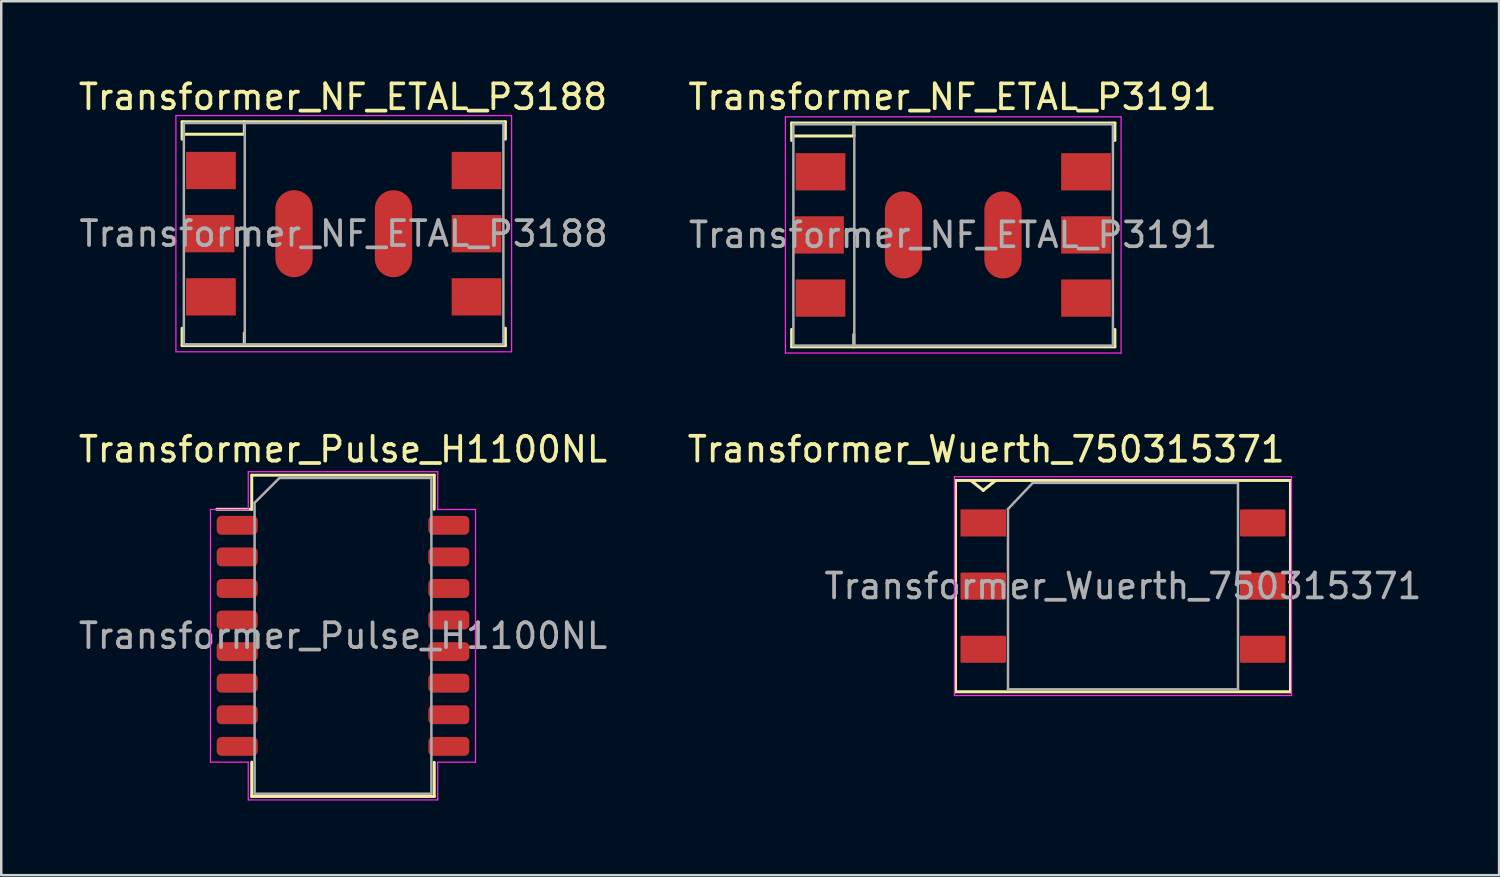
<source format=kicad_pcb>
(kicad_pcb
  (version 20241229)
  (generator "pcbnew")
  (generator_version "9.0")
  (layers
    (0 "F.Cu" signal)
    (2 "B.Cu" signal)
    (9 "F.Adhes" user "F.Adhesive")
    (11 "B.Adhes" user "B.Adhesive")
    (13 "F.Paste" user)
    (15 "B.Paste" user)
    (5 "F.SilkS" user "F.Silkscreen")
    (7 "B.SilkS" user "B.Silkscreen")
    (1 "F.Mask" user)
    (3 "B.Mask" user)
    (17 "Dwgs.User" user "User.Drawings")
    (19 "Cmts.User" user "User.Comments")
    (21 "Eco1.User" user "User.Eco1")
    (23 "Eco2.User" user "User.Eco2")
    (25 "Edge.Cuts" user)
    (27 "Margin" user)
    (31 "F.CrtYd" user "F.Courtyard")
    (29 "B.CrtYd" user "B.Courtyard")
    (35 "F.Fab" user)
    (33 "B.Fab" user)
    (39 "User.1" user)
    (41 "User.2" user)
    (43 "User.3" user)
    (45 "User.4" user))
  (footprint "Transformer_NF_ETAL_P3188"
    (layer "F.Cu")
    (at 10.744 6.348)
    (property "Reference" "Transformer_NF_ETAL_P3188" (at 0 -5.5 0) (layer "F.SilkS") (effects (font (size 1 1) (thickness 0.15))))
    (attr smd)
    (fp_line (start -6.47 -4.5) (end -6.47 -3.8) (stroke (width 0.12) (type solid)) (layer "F.SilkS"))
    (fp_line (start -6.47 3.8) (end -6.47 4.5) (stroke (width 0.12) (type solid)) (layer "F.SilkS"))
    (fp_line (start -6.47 4.5) (end 6.53 4.5) (stroke (width 0.12) (type solid)) (layer "F.SilkS"))
    (fp_line (start -3.97 -4.5) (end -3.97 -4) (stroke (width 0.12) (type solid)) (layer "F.SilkS"))
    (fp_line (start -3.97 4.5) (end -3.97 4) (stroke (width 0.12) (type solid)) (layer "F.SilkS"))
    (fp_line (start -3.96 -4) (end -6.39 -4) (stroke (width 0.12) (type solid)) (layer "F.SilkS"))
    (fp_line (start 6.53 -4.5) (end -6.47 -4.5) (stroke (width 0.12) (type solid)) (layer "F.SilkS"))
    (fp_line (start 6.53 -4.5) (end 6.53 -3.8) (stroke (width 0.12) (type solid)) (layer "F.SilkS"))
    (fp_line (start 6.53 3.8) (end 6.53 4.5) (stroke (width 0.12) (type solid)) (layer "F.SilkS"))
    (fp_line (start -6.72 -4.75) (end -6.72 4.75) (stroke (width 0.05) (type solid)) (layer "F.CrtYd"))
    (fp_line (start -6.72 -4.75) (end 6.78 -4.75) (stroke (width 0.05) (type solid)) (layer "F.CrtYd"))
    (fp_line (start 6.78 4.75) (end -6.72 4.75) (stroke (width 0.05) (type solid)) (layer "F.CrtYd"))
    (fp_line (start 6.78 4.75) (end 6.78 -4.75) (stroke (width 0.05) (type solid)) (layer "F.CrtYd"))
    (fp_line (start -6.4 -4.45) (end 6.45 -4.45) (stroke (width 0.1) (type solid)) (layer "F.Fab"))
    (fp_line (start -6.4 4.45) (end -6.4 -4.45) (stroke (width 0.1) (type solid)) (layer "F.Fab"))
    (fp_line (start -3.95 -4.45) (end -3.95 4.45) (stroke (width 0.1) (type solid)) (layer "F.Fab"))
    (fp_line (start 6.45 -4.45) (end 6.45 4.45) (stroke (width 0.1) (type solid)) (layer "F.Fab"))
    (fp_line (start 6.45 4.45) (end -6.4 4.45) (stroke (width 0.1) (type solid)) (layer "F.Fab"))
    (fp_text user "${REFERENCE}" (at 0.025 0 0) (layer "F.Fab") (effects (font (size 1 1) (thickness 0.15))))
    (pad "1" smd rect (at -5.31 -2.54) (size 2 1.5) (layers "F.Cu" "F.Mask" "F.Paste"))
    (pad "2" smd rect (at -5.37 0) (size 2 1.5) (layers "F.Cu" "F.Mask" "F.Paste"))
    (pad "2" smd rect (at -5.31 2.54) (size 2 1.5) (layers "F.Cu" "F.Mask" "F.Paste"))
    (pad "3" smd rect (at 5.37 2.54) (size 2 1.5) (layers "F.Cu" "F.Mask" "F.Paste"))
    (pad "4" smd rect (at 5.37 0) (size 2 1.5) (layers "F.Cu" "F.Mask" "F.Paste"))
    (pad "5" smd rect (at 5.37 -2.54) (size 2 1.5) (layers "F.Cu" "F.Mask" "F.Paste"))
    (pad "7" smd oval (at -1.97 0 90) (size 3.5 1.5) (layers "F.Cu" "F.Mask" "F.Paste"))
    (pad "7" smd oval (at 2.03 0 90) (size 3.5 1.5) (layers "F.Cu" "F.Mask" "F.Paste")))
  (footprint "Transformer_Wuerth_750315371"
    (layer "F.Cu")
    (at 42.113 20.521)
    (property "Reference" "Transformer_Wuerth_750315371" (at -5.5 -5.5 0) (layer "F.SilkS") (effects (font (size 1 1) (thickness 0.15))))
    (attr smd)
    (fp_line (start -6.735 -4.25) (end 6.735 -4.25) (stroke (width 0.12) (type solid)) (layer "F.SilkS"))
    (fp_line (start -6.735 4.25) (end -6.735 -4.25) (stroke (width 0.12) (type solid)) (layer "F.SilkS"))
    (fp_line (start -6.12 -4.25) (end -5.62 -3.85) (stroke (width 0.12) (type solid)) (layer "F.SilkS"))
    (fp_line (start -5.62 -3.85) (end -5.12 -4.25) (stroke (width 0.12) (type solid)) (layer "F.SilkS"))
    (fp_line (start 6.735 -4.25) (end 6.735 4.25) (stroke (width 0.12) (type solid)) (layer "F.SilkS"))
    (fp_line (start 6.735 4.25) (end -6.735 4.25) (stroke (width 0.12) (type solid)) (layer "F.SilkS"))
    (fp_line (start -6.78 -4.4) (end 6.78 -4.4) (stroke (width 0.05) (type solid)) (layer "F.CrtYd"))
    (fp_line (start -6.78 4.4) (end -6.78 -4.4) (stroke (width 0.05) (type solid)) (layer "F.CrtYd"))
    (fp_line (start 6.78 -4.4) (end 6.78 4.4) (stroke (width 0.05) (type solid)) (layer "F.CrtYd"))
    (fp_line (start 6.78 4.4) (end -6.78 4.4) (stroke (width 0.05) (type solid)) (layer "F.CrtYd"))
    (fp_line (start -4.625 -3.1) (end -3.63 -4.15) (stroke (width 0.1) (type solid)) (layer "F.Fab"))
    (fp_line (start -4.625 4.15) (end -4.625 -3.1) (stroke (width 0.1) (type solid)) (layer "F.Fab"))
    (fp_line (start -3.63 -4.15) (end 4.625 -4.15) (stroke (width 0.1) (type solid)) (layer "F.Fab"))
    (fp_line (start 4.625 -4.15) (end 4.625 4.15) (stroke (width 0.1) (type solid)) (layer "F.Fab"))
    (fp_line (start 4.625 4.15) (end -4.625 4.15) (stroke (width 0.1) (type solid)) (layer "F.Fab"))
    (fp_text user "${REFERENCE}" (at 0 0 0) (layer "F.Fab") (effects (font (size 1 1) (thickness 0.15))))
    (pad "1" smd rect (at -5.62 -2.54) (size 1.83 1.09) (layers "F.Cu" "F.Mask" "F.Paste"))
    (pad "2" smd roundrect (at -5.62 0) (size 1.83 1.09) (layers "F.Cu" "F.Mask" "F.Paste") (roundrect_rratio 0.05))
    (pad "3" smd roundrect (at -5.62 2.54) (size 1.83 1.09) (layers "F.Cu" "F.Mask" "F.Paste") (roundrect_rratio 0.05))
    (pad "4" smd roundrect (at 5.62 2.54) (size 1.83 1.09) (layers "F.Cu" "F.Mask" "F.Paste") (roundrect_rratio 0.05))
    (pad "5" smd roundrect (at 5.62 0) (size 1.83 1.09) (layers "F.Cu" "F.Mask" "F.Paste") (roundrect_rratio 0.05))
    (pad "6" smd roundrect (at 5.62 -2.54) (size 1.83 1.09) (layers "F.Cu" "F.Mask" "F.Paste") (roundrect_rratio 0.05)))
  (footprint "Transformer_NF_ETAL_P3191"
    (layer "F.Cu")
    (at 35.257 6.398)
    (property "Reference" "Transformer_NF_ETAL_P3191" (at 0 -5.55 0) (layer "F.SilkS") (effects (font (size 1 1) (thickness 0.15))))
    (attr smd)
    (fp_line (start -6.47 -4.5) (end -6.47 -3.8) (stroke (width 0.12) (type solid)) (layer "F.SilkS"))
    (fp_line (start -6.47 3.8) (end -6.47 4.5) (stroke (width 0.12) (type solid)) (layer "F.SilkS"))
    (fp_line (start -6.47 4.5) (end 6.53 4.5) (stroke (width 0.12) (type solid)) (layer "F.SilkS"))
    (fp_line (start -3.97 -4.5) (end -3.97 -4) (stroke (width 0.12) (type solid)) (layer "F.SilkS"))
    (fp_line (start -3.97 4.5) (end -3.97 4) (stroke (width 0.12) (type solid)) (layer "F.SilkS"))
    (fp_line (start -3.96 -3.98) (end -6.39 -3.98) (stroke (width 0.12) (type solid)) (layer "F.SilkS"))
    (fp_line (start 6.53 -4.5) (end -6.47 -4.5) (stroke (width 0.12) (type solid)) (layer "F.SilkS"))
    (fp_line (start 6.53 -4.5) (end 6.53 -3.8) (stroke (width 0.12) (type solid)) (layer "F.SilkS"))
    (fp_line (start 6.53 3.8) (end 6.53 4.5) (stroke (width 0.12) (type solid)) (layer "F.SilkS"))
    (fp_line (start -6.72 -4.75) (end -6.72 4.75) (stroke (width 0.05) (type solid)) (layer "F.CrtYd"))
    (fp_line (start -6.72 -4.75) (end 6.78 -4.75) (stroke (width 0.05) (type solid)) (layer "F.CrtYd"))
    (fp_line (start 6.78 4.75) (end -6.72 4.75) (stroke (width 0.05) (type solid)) (layer "F.CrtYd"))
    (fp_line (start 6.78 4.75) (end 6.78 -4.75) (stroke (width 0.05) (type solid)) (layer "F.CrtYd"))
    (fp_line (start -6.4 -4.45) (end -6.4 4.45) (stroke (width 0.1) (type solid)) (layer "F.Fab"))
    (fp_line (start -6.4 4.45) (end 6.45 4.45) (stroke (width 0.1) (type solid)) (layer "F.Fab"))
    (fp_line (start -3.95 -4.45) (end -3.95 4.45) (stroke (width 0.1) (type solid)) (layer "F.Fab"))
    (fp_line (start 6.45 -4.45) (end -6.4 -4.45) (stroke (width 0.1) (type solid)) (layer "F.Fab"))
    (fp_line (start 6.45 4.45) (end 6.45 -4.45) (stroke (width 0.1) (type solid)) (layer "F.Fab"))
    (fp_text user "${REFERENCE}" (at 0.025 0 0) (layer "F.Fab") (effects (font (size 1 1) (thickness 0.15))))
    (pad "1" smd rect (at -5.31 -2.54) (size 2 1.5) (layers "F.Cu" "F.Mask" "F.Paste"))
    (pad "2" smd rect (at -5.37 0) (size 2 1.5) (layers "F.Cu" "F.Mask" "F.Paste"))
    (pad "2" smd rect (at -5.31 2.54) (size 2 1.5) (layers "F.Cu" "F.Mask" "F.Paste"))
    (pad "3" smd rect (at 5.37 2.54) (size 2 1.5) (layers "F.Cu" "F.Mask" "F.Paste"))
    (pad "4" smd rect (at 5.37 0) (size 2 1.5) (layers "F.Cu" "F.Mask" "F.Paste"))
    (pad "5" smd rect (at 5.37 -2.54) (size 2 1.5) (layers "F.Cu" "F.Mask" "F.Paste"))
    (pad "7" smd oval (at -1.97 0 90) (size 3.5 1.5) (layers "F.Cu" "F.Mask" "F.Paste"))
    (pad "7" smd oval (at 2.03 0 90) (size 3.5 1.5) (layers "F.Cu" "F.Mask" "F.Paste")))
  (footprint "Transformer_Pulse_H1100NL"
    (layer "F.Cu")
    (at 10.744 22.521)
    (property "Reference" "Transformer_Pulse_H1100NL" (at 0 -7.5 0) (layer "F.SilkS") (effects (font (size 1 1) (thickness 0.15))))
    (attr smd)
    (fp_line (start -3.67 -6.46) (end -3.67 -5.09) (stroke (width 0.12) (type solid)) (layer "F.SilkS"))
    (fp_line (start -3.67 -5.09) (end -5.075 -5.09) (stroke (width 0.12) (type solid)) (layer "F.SilkS"))
    (fp_line (start -3.67 6.46) (end -3.67 5.08) (stroke (width 0.12) (type solid)) (layer "F.SilkS"))
    (fp_line (start 3.67 -6.46) (end -3.67 -6.46) (stroke (width 0.12) (type solid)) (layer "F.SilkS"))
    (fp_line (start 3.67 -5.09) (end 3.67 -6.46) (stroke (width 0.12) (type solid)) (layer "F.SilkS"))
    (fp_line (start 3.67 6.46) (end -3.67 6.46) (stroke (width 0.12) (type solid)) (layer "F.SilkS"))
    (fp_line (start 3.67 6.46) (end 3.67 5.09) (stroke (width 0.12) (type solid)) (layer "F.SilkS"))
    (fp_line (start -5.33 -5.08) (end -3.81 -5.08) (stroke (width 0.05) (type solid)) (layer "F.CrtYd"))
    (fp_line (start -5.33 5.08) (end -5.33 -5.08) (stroke (width 0.05) (type solid)) (layer "F.CrtYd"))
    (fp_line (start -5.33 5.08) (end -3.81 5.08) (stroke (width 0.05) (type solid)) (layer "F.CrtYd"))
    (fp_line (start -3.81 -6.6) (end -3.81 -5.08) (stroke (width 0.05) (type solid)) (layer "F.CrtYd"))
    (fp_line (start -3.81 -6.6) (end 3.81 -6.6) (stroke (width 0.05) (type solid)) (layer "F.CrtYd"))
    (fp_line (start -3.81 6.6) (end -3.81 5.08) (stroke (width 0.05) (type solid)) (layer "F.CrtYd"))
    (fp_line (start -3.81 6.6) (end 3.81 6.6) (stroke (width 0.05) (type solid)) (layer "F.CrtYd"))
    (fp_line (start 3.81 -6.6) (end 3.81 -5.08) (stroke (width 0.05) (type solid)) (layer "F.CrtYd"))
    (fp_line (start 3.81 6.6) (end 3.81 5.08) (stroke (width 0.05) (type solid)) (layer "F.CrtYd"))
    (fp_line (start 5.33 -5.08) (end 3.81 -5.08) (stroke (width 0.05) (type solid)) (layer "F.CrtYd"))
    (fp_line (start 5.33 -5.08) (end 5.33 5.08) (stroke (width 0.05) (type solid)) (layer "F.CrtYd"))
    (fp_line (start 5.33 5.08) (end 3.81 5.08) (stroke (width 0.05) (type solid)) (layer "F.CrtYd"))
    (fp_line (start -3.555 -5.35) (end -3.555 6.35) (stroke (width 0.1) (type solid)) (layer "F.Fab"))
    (fp_line (start -3.555 -5.35) (end -2.555 -6.35) (stroke (width 0.1) (type solid)) (layer "F.Fab"))
    (fp_line (start -3.555 6.35) (end 3.555 6.35) (stroke (width 0.1) (type solid)) (layer "F.Fab"))
    (fp_line (start -2.555 -6.35) (end 3.555 -6.35) (stroke (width 0.1) (type solid)) (layer "F.Fab"))
    (fp_line (start 3.555 -6.35) (end 3.555 6.35) (stroke (width 0.1) (type solid)) (layer "F.Fab"))
    (fp_text user "${REFERENCE}" (at 0 0 0) (layer "F.Fab") (effects (font (size 1 1) (thickness 0.15))))
    (pad "1" smd roundrect (at -4.255 -4.445) (size 1.65 0.76) (layers "F.Cu" "F.Mask" "F.Paste") (roundrect_rratio 0.25))
    (pad "2" smd roundrect (at -4.255 -3.175) (size 1.65 0.76) (layers "F.Cu" "F.Mask" "F.Paste") (roundrect_rratio 0.25))
    (pad "3" smd roundrect (at -4.255 -1.905) (size 1.65 0.76) (layers "F.Cu" "F.Mask" "F.Paste") (roundrect_rratio 0.25))
    (pad "4" smd roundrect (at -4.255 -0.635) (size 1.65 0.76) (layers "F.Cu" "F.Mask" "F.Paste") (roundrect_rratio 0.25))
    (pad "5" smd roundrect (at -4.255 0.635) (size 1.65 0.76) (layers "F.Cu" "F.Mask" "F.Paste") (roundrect_rratio 0.25))
    (pad "6" smd roundrect (at -4.255 1.905) (size 1.65 0.76) (layers "F.Cu" "F.Mask" "F.Paste") (roundrect_rratio 0.25))
    (pad "7" smd roundrect (at -4.255 3.175) (size 1.65 0.76) (layers "F.Cu" "F.Mask" "F.Paste") (roundrect_rratio 0.25))
    (pad "8" smd roundrect (at -4.255 4.445) (size 1.65 0.76) (layers "F.Cu" "F.Mask" "F.Paste") (roundrect_rratio 0.25))
    (pad "9" smd roundrect (at 4.255 4.445) (size 1.65 0.76) (layers "F.Cu" "F.Mask" "F.Paste") (roundrect_rratio 0.25))
    (pad "10" smd roundrect (at 4.255 3.175) (size 1.65 0.76) (layers "F.Cu" "F.Mask" "F.Paste") (roundrect_rratio 0.25))
    (pad "11" smd roundrect (at 4.255 1.905) (size 1.65 0.76) (layers "F.Cu" "F.Mask" "F.Paste") (roundrect_rratio 0.25))
    (pad "12" smd roundrect (at 4.255 0.635) (size 1.65 0.76) (layers "F.Cu" "F.Mask" "F.Paste") (roundrect_rratio 0.25))
    (pad "13" smd roundrect (at 4.255 -0.635) (size 1.65 0.76) (layers "F.Cu" "F.Mask" "F.Paste") (roundrect_rratio 0.25))
    (pad "14" smd roundrect (at 4.255 -1.905) (size 1.65 0.76) (layers "F.Cu" "F.Mask" "F.Paste") (roundrect_rratio 0.25))
    (pad "15" smd roundrect (at 4.255 -3.175) (size 1.65 0.76) (layers "F.Cu" "F.Mask" "F.Paste") (roundrect_rratio 0.25))
    (pad "16" smd roundrect (at 4.255 -4.445) (size 1.65 0.76) (layers "F.Cu" "F.Mask" "F.Paste") (roundrect_rratio 0.25)))
  (gr_rect
    (start -3 -3)
    (end 57.238 32.147)
    (stroke (width 0.1) (type default))
    (fill no)
    (layer "Edge.Cuts")))
</source>
